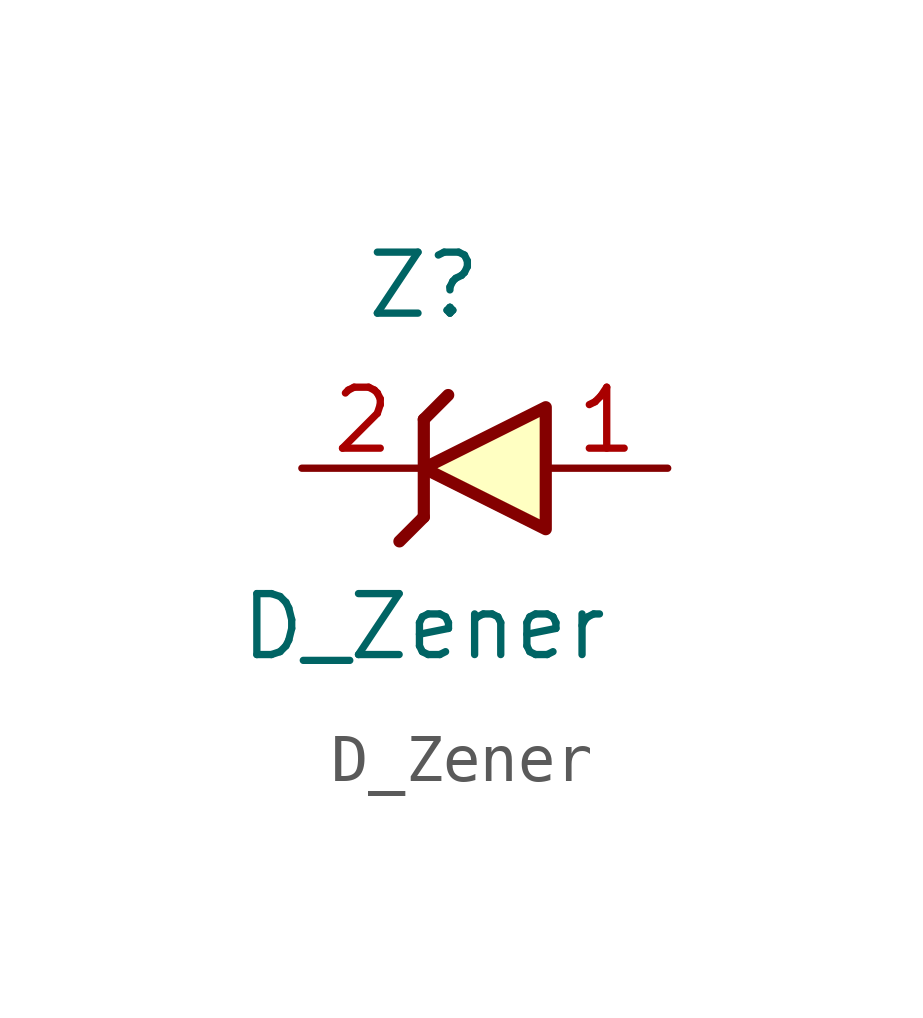
<source format=kicad_sym>
(kicad_symbol_lib
  (version 20220914)
  (generator kicad_symbol_editor)
  (symbol "D_Zener"
    (property "Reference" "Z"
      (at 0 3.81 0)
      (effects (font (size 1.27 1.27))))
    (property "Value" "D_Zener"
      (at 0 -3.302 0)
      (effects (font (size 1.27 1.27))))
    (symbol "D_Zener_0_1"
      (polyline (pts (xy 0 -1.016) (xy -0.508 -1.524)) (stroke (width 0.254) (type default)) (fill (type none)))
      (polyline (pts (xy 0 1.016) (xy 0 -1.016)) (stroke (width 0.254) (type default)) (fill (type none)))
      (polyline (pts (xy 0 1.016) (xy 0.508 1.524)) (stroke (width 0.254) (type default)) (fill (type none)))
      (polyline (pts (xy 2.54 1.27) (xy 2.54 -1.27) (xy 0 0) (xy 2.54 1.27)) (stroke (width 0.254) (type default)) (fill (type background))))
    (symbol "D_Zener_1_1"
      (pin passive line (at 5.08 0 180) (length 2.54) (name "" (effects (font (size 1.27 1.27)))) (number "1" (effects (font (size 1.27 1.27)))))
      (pin passive line (at -2.54 0 0) (length 2.54) (name "" (effects (font (size 1.27 1.27)))) (number "2" (effects (font (size 1.27 1.27))))))))
</source>
